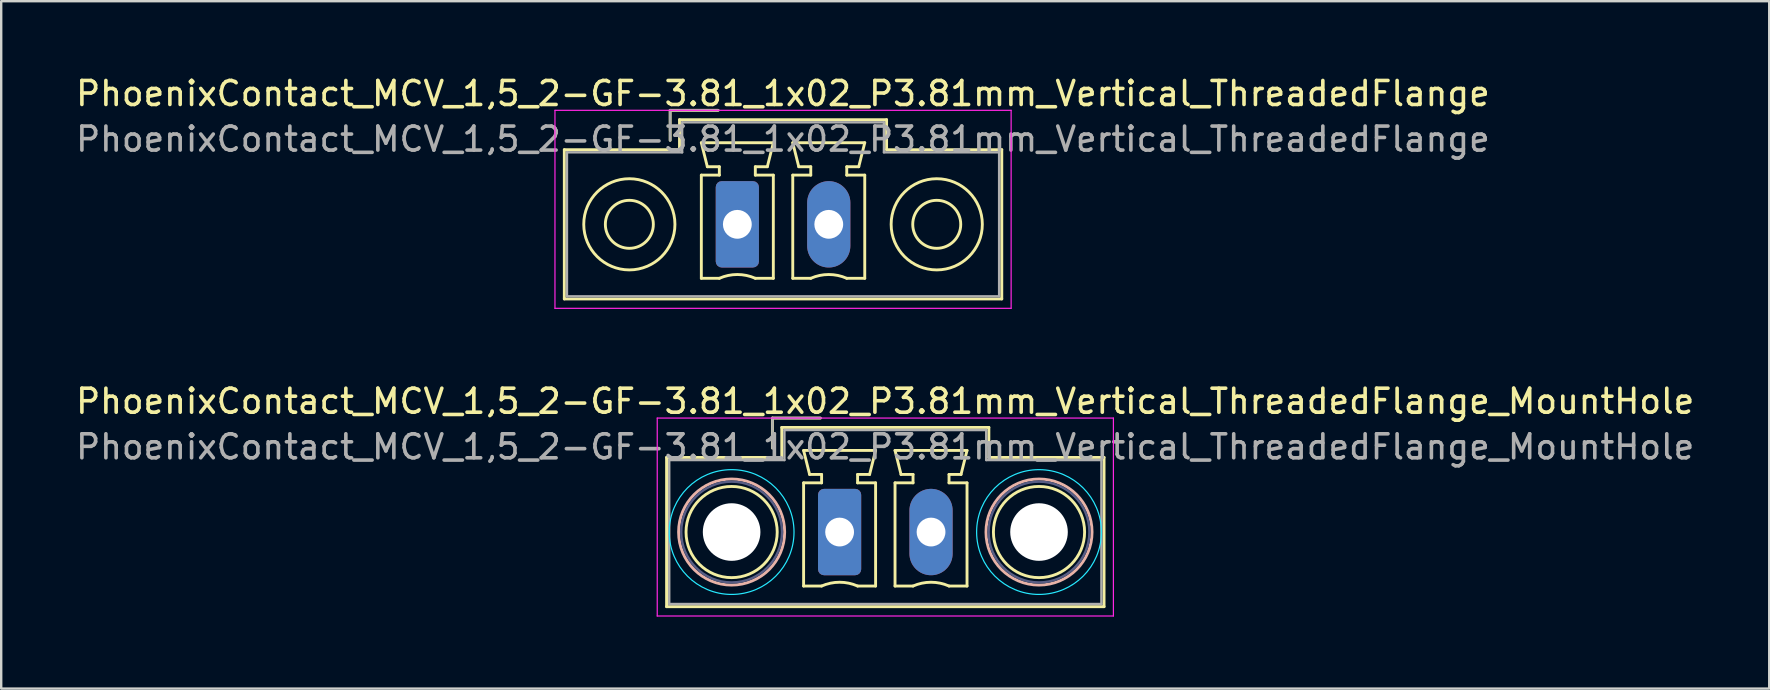
<source format=kicad_pcb>
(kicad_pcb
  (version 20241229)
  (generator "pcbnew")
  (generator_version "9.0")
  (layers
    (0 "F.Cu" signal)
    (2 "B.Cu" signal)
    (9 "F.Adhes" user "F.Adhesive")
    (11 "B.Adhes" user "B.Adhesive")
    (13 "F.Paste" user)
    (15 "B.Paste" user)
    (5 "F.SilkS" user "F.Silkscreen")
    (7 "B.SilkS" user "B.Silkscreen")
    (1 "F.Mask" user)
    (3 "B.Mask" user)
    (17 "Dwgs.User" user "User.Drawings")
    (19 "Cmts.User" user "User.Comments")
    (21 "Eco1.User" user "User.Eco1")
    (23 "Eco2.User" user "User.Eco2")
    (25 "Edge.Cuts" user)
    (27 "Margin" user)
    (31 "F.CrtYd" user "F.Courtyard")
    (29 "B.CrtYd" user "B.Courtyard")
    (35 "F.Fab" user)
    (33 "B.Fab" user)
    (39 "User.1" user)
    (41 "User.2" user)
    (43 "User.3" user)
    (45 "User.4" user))
  (footprint "PhoenixContact_MCV_1,5_2-GF-3.81_1x02_P3.81mm_Vertical_ThreadedFlange_MountHole"
    (layer "F.Cu")
    (at 31.939 19.122)
    (property "Reference" "PhoenixContact_MCV_1,5_2-GF-3.81_1x02_P3.81mm_Vertical_ThreadedFlange_MountHole" (at 1.9 -5.45 0) (layer "F.SilkS") (effects (font (size 1 1) (thickness 0.15))))
    (attr through_hole)
    (fp_line (start -7.21 -3.11) (end -7.21 3.11) (stroke (width 0.12) (type solid)) (layer "F.SilkS"))
    (fp_line (start -7.21 3.11) (end 11.02 3.11) (stroke (width 0.12) (type solid)) (layer "F.SilkS"))
    (fp_line (start -2.8 -4.75) (end -0.8 -4.75) (stroke (width 0.12) (type solid)) (layer "F.SilkS"))
    (fp_line (start -2.8 -3.5) (end -2.8 -4.75) (stroke (width 0.12) (type solid)) (layer "F.SilkS"))
    (fp_line (start -2.41 -4.36) (end -2.41 -3.11) (stroke (width 0.12) (type solid)) (layer "F.SilkS"))
    (fp_line (start -2.41 -3.11) (end -7.21 -3.11) (stroke (width 0.12) (type solid)) (layer "F.SilkS"))
    (fp_line (start -1.5 -3.4) (end 1.5 -3.4) (stroke (width 0.12) (type solid)) (layer "F.SilkS"))
    (fp_line (start -1.5 -2.05) (end -0.75 -2.05) (stroke (width 0.12) (type solid)) (layer "F.SilkS"))
    (fp_line (start -1.5 2.25) (end -1.5 -2.05) (stroke (width 0.12) (type solid)) (layer "F.SilkS"))
    (fp_line (start -1.25 -2.4) (end -1.5 -3.4) (stroke (width 0.12) (type solid)) (layer "F.SilkS"))
    (fp_line (start -0.75 -2.4) (end -1.25 -2.4) (stroke (width 0.12) (type solid)) (layer "F.SilkS"))
    (fp_line (start -0.75 -2.05) (end -0.75 -2.4) (stroke (width 0.12) (type solid)) (layer "F.SilkS"))
    (fp_line (start -0.75 2.25) (end -1.5 2.25) (stroke (width 0.12) (type solid)) (layer "F.SilkS"))
    (fp_line (start 0.75 -2.4) (end 0.75 -2.05) (stroke (width 0.12) (type solid)) (layer "F.SilkS"))
    (fp_line (start 0.75 -2.05) (end 1.5 -2.05) (stroke (width 0.12) (type solid)) (layer "F.SilkS"))
    (fp_line (start 1.25 -2.4) (end 0.75 -2.4) (stroke (width 0.12) (type solid)) (layer "F.SilkS"))
    (fp_line (start 1.5 -3.4) (end 1.25 -2.4) (stroke (width 0.12) (type solid)) (layer "F.SilkS"))
    (fp_line (start 1.5 -2.05) (end 1.5 2.25) (stroke (width 0.12) (type solid)) (layer "F.SilkS"))
    (fp_line (start 1.5 2.25) (end 0.75 2.25) (stroke (width 0.12) (type solid)) (layer "F.SilkS"))
    (fp_line (start 2.31 -3.4) (end 5.31 -3.4) (stroke (width 0.12) (type solid)) (layer "F.SilkS"))
    (fp_line (start 2.31 -2.05) (end 3.06 -2.05) (stroke (width 0.12) (type solid)) (layer "F.SilkS"))
    (fp_line (start 2.31 2.25) (end 2.31 -2.05) (stroke (width 0.12) (type solid)) (layer "F.SilkS"))
    (fp_line (start 2.56 -2.4) (end 2.31 -3.4) (stroke (width 0.12) (type solid)) (layer "F.SilkS"))
    (fp_line (start 3.06 -2.4) (end 2.56 -2.4) (stroke (width 0.12) (type solid)) (layer "F.SilkS"))
    (fp_line (start 3.06 -2.05) (end 3.06 -2.4) (stroke (width 0.12) (type solid)) (layer "F.SilkS"))
    (fp_line (start 3.06 2.25) (end 2.31 2.25) (stroke (width 0.12) (type solid)) (layer "F.SilkS"))
    (fp_line (start 4.56 -2.4) (end 4.56 -2.05) (stroke (width 0.12) (type solid)) (layer "F.SilkS"))
    (fp_line (start 4.56 -2.05) (end 5.31 -2.05) (stroke (width 0.12) (type solid)) (layer "F.SilkS"))
    (fp_line (start 5.06 -2.4) (end 4.56 -2.4) (stroke (width 0.12) (type solid)) (layer "F.SilkS"))
    (fp_line (start 5.31 -3.4) (end 5.06 -2.4) (stroke (width 0.12) (type solid)) (layer "F.SilkS"))
    (fp_line (start 5.31 -2.05) (end 5.31 2.25) (stroke (width 0.12) (type solid)) (layer "F.SilkS"))
    (fp_line (start 5.31 2.25) (end 4.56 2.25) (stroke (width 0.12) (type solid)) (layer "F.SilkS"))
    (fp_line (start 6.22 -4.36) (end -2.41 -4.36) (stroke (width 0.12) (type solid)) (layer "F.SilkS"))
    (fp_line (start 6.22 -3.11) (end 6.22 -4.36) (stroke (width 0.12) (type solid)) (layer "F.SilkS"))
    (fp_line (start 11.02 -3.11) (end 6.22 -3.11) (stroke (width 0.12) (type solid)) (layer "F.SilkS"))
    (fp_line (start 11.02 3.11) (end 11.02 -3.11) (stroke (width 0.12) (type solid)) (layer "F.SilkS"))
    (fp_arc (start -0.75 2.25) (mid -0.000193 2.09191) (end 0.749647 2.249844) (stroke (width 0.12) (type solid)) (layer "F.SilkS"))
    (fp_arc (start 3.06 2.25) (mid 3.809807 2.09191) (end 4.559647 2.249844) (stroke (width 0.12) (type solid)) (layer "F.SilkS"))
    (fp_circle (center -4.5 0) (end -2.6 0) (stroke (width 0.12) (type solid)) (fill no) (layer "F.SilkS"))
    (fp_circle (center 8.31 0) (end 10.21 0) (stroke (width 0.12) (type solid)) (fill no) (layer "F.SilkS"))
    (fp_circle (center -4.5 0) (end -2.29 0) (stroke (width 0.12) (type solid)) (fill no) (layer "B.SilkS"))
    (fp_circle (center 8.31 0) (end 10.52 0) (stroke (width 0.12) (type solid)) (fill no) (layer "B.SilkS"))
    (fp_circle (center -4.5 0) (end -1.9 0) (stroke (width 0.05) (type solid)) (fill no) (layer "B.CrtYd"))
    (fp_circle (center 8.31 0) (end 10.91 0) (stroke (width 0.05) (type solid)) (fill no) (layer "B.CrtYd"))
    (fp_line (start -7.6 -4.75) (end -7.6 3.5) (stroke (width 0.05) (type solid)) (layer "F.CrtYd"))
    (fp_line (start -7.6 3.5) (end 11.41 3.5) (stroke (width 0.05) (type solid)) (layer "F.CrtYd"))
    (fp_line (start 11.41 -4.75) (end -7.6 -4.75) (stroke (width 0.05) (type solid)) (layer "F.CrtYd"))
    (fp_line (start 11.41 3.5) (end 11.41 -4.75) (stroke (width 0.05) (type solid)) (layer "F.CrtYd"))
    (fp_circle (center -4.5 0) (end -2.4 0) (stroke (width 0.1) (type solid)) (fill no) (layer "B.Fab"))
    (fp_circle (center 8.31 0) (end 10.41 0) (stroke (width 0.1) (type solid)) (fill no) (layer "B.Fab"))
    (fp_line (start -7.1 -3) (end -7.1 3) (stroke (width 0.1) (type solid)) (layer "F.Fab"))
    (fp_line (start -7.1 3) (end 10.91 3) (stroke (width 0.1) (type solid)) (layer "F.Fab"))
    (fp_line (start -2.8 -4.75) (end -0.8 -4.75) (stroke (width 0.1) (type solid)) (layer "F.Fab"))
    (fp_line (start -2.8 -3.5) (end -2.8 -4.75) (stroke (width 0.1) (type solid)) (layer "F.Fab"))
    (fp_line (start -2.3 -4.25) (end -2.3 -3) (stroke (width 0.1) (type solid)) (layer "F.Fab"))
    (fp_line (start -2.3 -3) (end -7.1 -3) (stroke (width 0.1) (type solid)) (layer "F.Fab"))
    (fp_line (start 6.11 -4.25) (end -2.3 -4.25) (stroke (width 0.1) (type solid)) (layer "F.Fab"))
    (fp_line (start 6.11 -3) (end 6.11 -4.25) (stroke (width 0.1) (type solid)) (layer "F.Fab"))
    (fp_line (start 10.91 -3) (end 6.11 -3) (stroke (width 0.1) (type solid)) (layer "F.Fab"))
    (fp_line (start 10.91 3) (end 10.91 -3) (stroke (width 0.1) (type solid)) (layer "F.Fab"))
    (fp_text user "${REFERENCE}" (at 1.9 -3.55 0) (layer "F.Fab") (effects (font (size 1 1) (thickness 0.15))))
    (pad "" np_thru_hole circle (at -4.5 0) (size 2.4 2.4) (drill 2.4) (layers "*.Cu" "*.Mask"))
    (pad "" np_thru_hole circle (at 8.31 0) (size 2.4 2.4) (drill 2.4) (layers "*.Cu" "*.Mask"))
    (pad "1" thru_hole roundrect (at 0 0) (size 1.8 3.6) (drill 1.2) (layers "*.Cu" "*.Mask") (roundrect_rratio 0.139))
    (pad "2" thru_hole oval (at 3.81 0) (size 1.8 3.6) (drill 1.2) (layers "*.Cu" "*.Mask")))
  (footprint "PhoenixContact_MCV_1,5_2-GF-3.81_1x02_P3.81mm_Vertical_ThreadedFlange"
    (layer "F.Cu")
    (at 27.677 6.298)
    (property "Reference" "PhoenixContact_MCV_1,5_2-GF-3.81_1x02_P3.81mm_Vertical_ThreadedFlange" (at 1.9 -5.45 0) (layer "F.SilkS") (effects (font (size 1 1) (thickness 0.15))))
    (attr through_hole)
    (fp_line (start -7.21 -3.11) (end -7.21 3.11) (stroke (width 0.12) (type solid)) (layer "F.SilkS"))
    (fp_line (start -7.21 3.11) (end 11.02 3.11) (stroke (width 0.12) (type solid)) (layer "F.SilkS"))
    (fp_line (start -2.8 -4.75) (end -0.8 -4.75) (stroke (width 0.12) (type solid)) (layer "F.SilkS"))
    (fp_line (start -2.8 -3.5) (end -2.8 -4.75) (stroke (width 0.12) (type solid)) (layer "F.SilkS"))
    (fp_line (start -2.41 -4.36) (end -2.41 -3.11) (stroke (width 0.12) (type solid)) (layer "F.SilkS"))
    (fp_line (start -2.41 -3.11) (end -7.21 -3.11) (stroke (width 0.12) (type solid)) (layer "F.SilkS"))
    (fp_line (start -1.5 -3.4) (end 1.5 -3.4) (stroke (width 0.12) (type solid)) (layer "F.SilkS"))
    (fp_line (start -1.5 -2.05) (end -0.75 -2.05) (stroke (width 0.12) (type solid)) (layer "F.SilkS"))
    (fp_line (start -1.5 2.25) (end -1.5 -2.05) (stroke (width 0.12) (type solid)) (layer "F.SilkS"))
    (fp_line (start -1.25 -2.4) (end -1.5 -3.4) (stroke (width 0.12) (type solid)) (layer "F.SilkS"))
    (fp_line (start -0.75 -2.4) (end -1.25 -2.4) (stroke (width 0.12) (type solid)) (layer "F.SilkS"))
    (fp_line (start -0.75 -2.05) (end -0.75 -2.4) (stroke (width 0.12) (type solid)) (layer "F.SilkS"))
    (fp_line (start -0.75 2.25) (end -1.5 2.25) (stroke (width 0.12) (type solid)) (layer "F.SilkS"))
    (fp_line (start 0.75 -2.4) (end 0.75 -2.05) (stroke (width 0.12) (type solid)) (layer "F.SilkS"))
    (fp_line (start 0.75 -2.05) (end 1.5 -2.05) (stroke (width 0.12) (type solid)) (layer "F.SilkS"))
    (fp_line (start 1.25 -2.4) (end 0.75 -2.4) (stroke (width 0.12) (type solid)) (layer "F.SilkS"))
    (fp_line (start 1.5 -3.4) (end 1.25 -2.4) (stroke (width 0.12) (type solid)) (layer "F.SilkS"))
    (fp_line (start 1.5 -2.05) (end 1.5 2.25) (stroke (width 0.12) (type solid)) (layer "F.SilkS"))
    (fp_line (start 1.5 2.25) (end 0.75 2.25) (stroke (width 0.12) (type solid)) (layer "F.SilkS"))
    (fp_line (start 2.31 -3.4) (end 5.31 -3.4) (stroke (width 0.12) (type solid)) (layer "F.SilkS"))
    (fp_line (start 2.31 -2.05) (end 3.06 -2.05) (stroke (width 0.12) (type solid)) (layer "F.SilkS"))
    (fp_line (start 2.31 2.25) (end 2.31 -2.05) (stroke (width 0.12) (type solid)) (layer "F.SilkS"))
    (fp_line (start 2.56 -2.4) (end 2.31 -3.4) (stroke (width 0.12) (type solid)) (layer "F.SilkS"))
    (fp_line (start 3.06 -2.4) (end 2.56 -2.4) (stroke (width 0.12) (type solid)) (layer "F.SilkS"))
    (fp_line (start 3.06 -2.05) (end 3.06 -2.4) (stroke (width 0.12) (type solid)) (layer "F.SilkS"))
    (fp_line (start 3.06 2.25) (end 2.31 2.25) (stroke (width 0.12) (type solid)) (layer "F.SilkS"))
    (fp_line (start 4.56 -2.4) (end 4.56 -2.05) (stroke (width 0.12) (type solid)) (layer "F.SilkS"))
    (fp_line (start 4.56 -2.05) (end 5.31 -2.05) (stroke (width 0.12) (type solid)) (layer "F.SilkS"))
    (fp_line (start 5.06 -2.4) (end 4.56 -2.4) (stroke (width 0.12) (type solid)) (layer "F.SilkS"))
    (fp_line (start 5.31 -3.4) (end 5.06 -2.4) (stroke (width 0.12) (type solid)) (layer "F.SilkS"))
    (fp_line (start 5.31 -2.05) (end 5.31 2.25) (stroke (width 0.12) (type solid)) (layer "F.SilkS"))
    (fp_line (start 5.31 2.25) (end 4.56 2.25) (stroke (width 0.12) (type solid)) (layer "F.SilkS"))
    (fp_line (start 6.22 -4.36) (end -2.41 -4.36) (stroke (width 0.12) (type solid)) (layer "F.SilkS"))
    (fp_line (start 6.22 -3.11) (end 6.22 -4.36) (stroke (width 0.12) (type solid)) (layer "F.SilkS"))
    (fp_line (start 11.02 -3.11) (end 6.22 -3.11) (stroke (width 0.12) (type solid)) (layer "F.SilkS"))
    (fp_line (start 11.02 3.11) (end 11.02 -3.11) (stroke (width 0.12) (type solid)) (layer "F.SilkS"))
    (fp_arc (start -0.75 2.25) (mid -0.000193 2.09191) (end 0.749647 2.249844) (stroke (width 0.12) (type solid)) (layer "F.SilkS"))
    (fp_arc (start 3.06 2.25) (mid 3.809807 2.09191) (end 4.559647 2.249844) (stroke (width 0.12) (type solid)) (layer "F.SilkS"))
    (fp_circle (center -4.5 0) (end -3.5 0) (stroke (width 0.12) (type solid)) (fill no) (layer "F.SilkS"))
    (fp_circle (center -4.5 0) (end -2.6 0) (stroke (width 0.12) (type solid)) (fill no) (layer "F.SilkS"))
    (fp_circle (center 8.31 0) (end 9.31 0) (stroke (width 0.12) (type solid)) (fill no) (layer "F.SilkS"))
    (fp_circle (center 8.31 0) (end 10.21 0) (stroke (width 0.12) (type solid)) (fill no) (layer "F.SilkS"))
    (fp_line (start -7.6 -4.75) (end -7.6 3.5) (stroke (width 0.05) (type solid)) (layer "F.CrtYd"))
    (fp_line (start -7.6 3.5) (end 11.41 3.5) (stroke (width 0.05) (type solid)) (layer "F.CrtYd"))
    (fp_line (start 11.41 -4.75) (end -7.6 -4.75) (stroke (width 0.05) (type solid)) (layer "F.CrtYd"))
    (fp_line (start 11.41 3.5) (end 11.41 -4.75) (stroke (width 0.05) (type solid)) (layer "F.CrtYd"))
    (fp_line (start -7.1 -3) (end -7.1 3) (stroke (width 0.1) (type solid)) (layer "F.Fab"))
    (fp_line (start -7.1 3) (end 10.91 3) (stroke (width 0.1) (type solid)) (layer "F.Fab"))
    (fp_line (start -2.8 -4.75) (end -0.8 -4.75) (stroke (width 0.1) (type solid)) (layer "F.Fab"))
    (fp_line (start -2.8 -3.5) (end -2.8 -4.75) (stroke (width 0.1) (type solid)) (layer "F.Fab"))
    (fp_line (start -2.3 -4.25) (end -2.3 -3) (stroke (width 0.1) (type solid)) (layer "F.Fab"))
    (fp_line (start -2.3 -3) (end -7.1 -3) (stroke (width 0.1) (type solid)) (layer "F.Fab"))
    (fp_line (start 6.11 -4.25) (end -2.3 -4.25) (stroke (width 0.1) (type solid)) (layer "F.Fab"))
    (fp_line (start 6.11 -3) (end 6.11 -4.25) (stroke (width 0.1) (type solid)) (layer "F.Fab"))
    (fp_line (start 10.91 -3) (end 6.11 -3) (stroke (width 0.1) (type solid)) (layer "F.Fab"))
    (fp_line (start 10.91 3) (end 10.91 -3) (stroke (width 0.1) (type solid)) (layer "F.Fab"))
    (fp_text user "${REFERENCE}" (at 1.9 -3.55 0) (layer "F.Fab") (effects (font (size 1 1) (thickness 0.15))))
    (pad "1" thru_hole roundrect (at 0 0) (size 1.8 3.6) (drill 1.2) (layers "*.Cu" "*.Mask") (roundrect_rratio 0.139))
    (pad "2" thru_hole oval (at 3.81 0) (size 1.8 3.6) (drill 1.2) (layers "*.Cu" "*.Mask")))
  (gr_rect
    (start -3 -3)
    (end 70.679 25.646)
    (stroke (width 0.1) (type default))
    (fill no)
    (layer "Edge.Cuts")))
</source>
